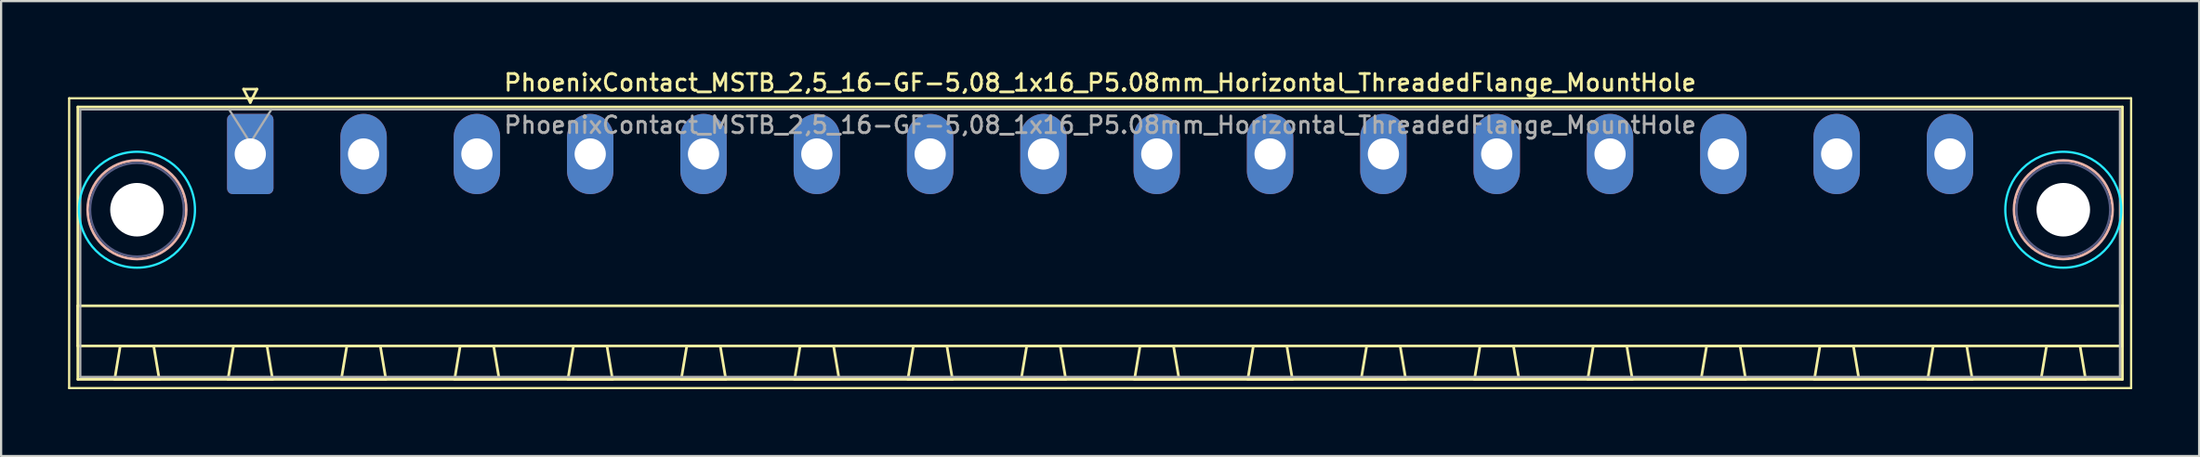
<source format=kicad_pcb>
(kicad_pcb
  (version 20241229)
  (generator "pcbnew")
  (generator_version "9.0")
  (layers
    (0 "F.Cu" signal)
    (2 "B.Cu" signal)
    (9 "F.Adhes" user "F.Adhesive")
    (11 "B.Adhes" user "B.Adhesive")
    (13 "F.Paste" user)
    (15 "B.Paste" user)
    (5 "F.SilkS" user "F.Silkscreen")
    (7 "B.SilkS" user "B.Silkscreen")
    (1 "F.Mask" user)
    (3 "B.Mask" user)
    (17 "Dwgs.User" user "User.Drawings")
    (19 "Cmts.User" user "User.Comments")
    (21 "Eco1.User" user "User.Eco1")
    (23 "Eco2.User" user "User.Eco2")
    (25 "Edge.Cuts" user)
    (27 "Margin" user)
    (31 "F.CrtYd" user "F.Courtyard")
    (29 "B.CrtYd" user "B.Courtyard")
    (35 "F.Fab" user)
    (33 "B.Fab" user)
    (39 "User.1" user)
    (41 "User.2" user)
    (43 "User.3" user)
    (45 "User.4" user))
  (footprint "PhoenixContact_MSTB_2,5_16-GF-5,08_1x16_P5.08mm_Horizontal_ThreadedFlange_MountHole"
    (layer "F.Cu")
    (at 8.17 3.858)
    (property "Reference" "PhoenixContact_MSTB_2,5_16-GF-5,08_1x16_P5.08mm_Horizontal_ThreadedFlange_MountHole" (at 38.1 -3.2 0) (layer "F.SilkS") (effects (font (size 0.75 0.75) (thickness 0.125))))
    (attr through_hole)
    (fp_line (start -8.12 -2.5) (end -8.12 10.5) (stroke (width 0.1) (type solid)) (layer "F.SilkS"))
    (fp_line (start -8.12 10.5) (end 84.32 10.5) (stroke (width 0.1) (type solid)) (layer "F.SilkS"))
    (fp_line (start -7.73 -2.11) (end -7.73 10.11) (stroke (width 0.12) (type solid)) (layer "F.SilkS"))
    (fp_line (start -7.73 6.81) (end 83.93 6.81) (stroke (width 0.12) (type solid)) (layer "F.SilkS"))
    (fp_line (start -7.73 8.61) (end -7.73 6.81) (stroke (width 0.12) (type solid)) (layer "F.SilkS"))
    (fp_line (start -7.73 10.11) (end 83.93 10.11) (stroke (width 0.12) (type solid)) (layer "F.SilkS"))
    (fp_line (start -6.08 10.11) (end -4.08 10.11) (stroke (width 0.12) (type solid)) (layer "F.SilkS"))
    (fp_line (start -5.83 8.61) (end -6.08 10.11) (stroke (width 0.12) (type solid)) (layer "F.SilkS"))
    (fp_line (start -4.33 8.61) (end -5.83 8.61) (stroke (width 0.12) (type solid)) (layer "F.SilkS"))
    (fp_line (start -4.08 10.11) (end -4.33 8.61) (stroke (width 0.12) (type solid)) (layer "F.SilkS"))
    (fp_line (start -1 10.11) (end 1 10.11) (stroke (width 0.12) (type solid)) (layer "F.SilkS"))
    (fp_line (start -0.75 8.61) (end -1 10.11) (stroke (width 0.12) (type solid)) (layer "F.SilkS"))
    (fp_line (start -0.3 -2.91) (end 0.3 -2.91) (stroke (width 0.12) (type solid)) (layer "F.SilkS"))
    (fp_line (start 0 -2.31) (end -0.3 -2.91) (stroke (width 0.12) (type solid)) (layer "F.SilkS"))
    (fp_line (start 0.3 -2.91) (end 0 -2.31) (stroke (width 0.12) (type solid)) (layer "F.SilkS"))
    (fp_line (start 0.75 8.61) (end -0.75 8.61) (stroke (width 0.12) (type solid)) (layer "F.SilkS"))
    (fp_line (start 1 10.11) (end 0.75 8.61) (stroke (width 0.12) (type solid)) (layer "F.SilkS"))
    (fp_line (start 4.08 10.11) (end 6.08 10.11) (stroke (width 0.12) (type solid)) (layer "F.SilkS"))
    (fp_line (start 4.33 8.61) (end 4.08 10.11) (stroke (width 0.12) (type solid)) (layer "F.SilkS"))
    (fp_line (start 5.83 8.61) (end 4.33 8.61) (stroke (width 0.12) (type solid)) (layer "F.SilkS"))
    (fp_line (start 6.08 10.11) (end 5.83 8.61) (stroke (width 0.12) (type solid)) (layer "F.SilkS"))
    (fp_line (start 9.16 10.11) (end 11.16 10.11) (stroke (width 0.12) (type solid)) (layer "F.SilkS"))
    (fp_line (start 9.41 8.61) (end 9.16 10.11) (stroke (width 0.12) (type solid)) (layer "F.SilkS"))
    (fp_line (start 10.91 8.61) (end 9.41 8.61) (stroke (width 0.12) (type solid)) (layer "F.SilkS"))
    (fp_line (start 11.16 10.11) (end 10.91 8.61) (stroke (width 0.12) (type solid)) (layer "F.SilkS"))
    (fp_line (start 14.24 10.11) (end 16.24 10.11) (stroke (width 0.12) (type solid)) (layer "F.SilkS"))
    (fp_line (start 14.49 8.61) (end 14.24 10.11) (stroke (width 0.12) (type solid)) (layer "F.SilkS"))
    (fp_line (start 15.99 8.61) (end 14.49 8.61) (stroke (width 0.12) (type solid)) (layer "F.SilkS"))
    (fp_line (start 16.24 10.11) (end 15.99 8.61) (stroke (width 0.12) (type solid)) (layer "F.SilkS"))
    (fp_line (start 19.32 10.11) (end 21.32 10.11) (stroke (width 0.12) (type solid)) (layer "F.SilkS"))
    (fp_line (start 19.57 8.61) (end 19.32 10.11) (stroke (width 0.12) (type solid)) (layer "F.SilkS"))
    (fp_line (start 21.07 8.61) (end 19.57 8.61) (stroke (width 0.12) (type solid)) (layer "F.SilkS"))
    (fp_line (start 21.32 10.11) (end 21.07 8.61) (stroke (width 0.12) (type solid)) (layer "F.SilkS"))
    (fp_line (start 24.4 10.11) (end 26.4 10.11) (stroke (width 0.12) (type solid)) (layer "F.SilkS"))
    (fp_line (start 24.65 8.61) (end 24.4 10.11) (stroke (width 0.12) (type solid)) (layer "F.SilkS"))
    (fp_line (start 26.15 8.61) (end 24.65 8.61) (stroke (width 0.12) (type solid)) (layer "F.SilkS"))
    (fp_line (start 26.4 10.11) (end 26.15 8.61) (stroke (width 0.12) (type solid)) (layer "F.SilkS"))
    (fp_line (start 29.48 10.11) (end 31.48 10.11) (stroke (width 0.12) (type solid)) (layer "F.SilkS"))
    (fp_line (start 29.73 8.61) (end 29.48 10.11) (stroke (width 0.12) (type solid)) (layer "F.SilkS"))
    (fp_line (start 31.23 8.61) (end 29.73 8.61) (stroke (width 0.12) (type solid)) (layer "F.SilkS"))
    (fp_line (start 31.48 10.11) (end 31.23 8.61) (stroke (width 0.12) (type solid)) (layer "F.SilkS"))
    (fp_line (start 34.56 10.11) (end 36.56 10.11) (stroke (width 0.12) (type solid)) (layer "F.SilkS"))
    (fp_line (start 34.81 8.61) (end 34.56 10.11) (stroke (width 0.12) (type solid)) (layer "F.SilkS"))
    (fp_line (start 36.31 8.61) (end 34.81 8.61) (stroke (width 0.12) (type solid)) (layer "F.SilkS"))
    (fp_line (start 36.56 10.11) (end 36.31 8.61) (stroke (width 0.12) (type solid)) (layer "F.SilkS"))
    (fp_line (start 39.64 10.11) (end 41.64 10.11) (stroke (width 0.12) (type solid)) (layer "F.SilkS"))
    (fp_line (start 39.89 8.61) (end 39.64 10.11) (stroke (width 0.12) (type solid)) (layer "F.SilkS"))
    (fp_line (start 41.39 8.61) (end 39.89 8.61) (stroke (width 0.12) (type solid)) (layer "F.SilkS"))
    (fp_line (start 41.64 10.11) (end 41.39 8.61) (stroke (width 0.12) (type solid)) (layer "F.SilkS"))
    (fp_line (start 44.72 10.11) (end 46.72 10.11) (stroke (width 0.12) (type solid)) (layer "F.SilkS"))
    (fp_line (start 44.97 8.61) (end 44.72 10.11) (stroke (width 0.12) (type solid)) (layer "F.SilkS"))
    (fp_line (start 46.47 8.61) (end 44.97 8.61) (stroke (width 0.12) (type solid)) (layer "F.SilkS"))
    (fp_line (start 46.72 10.11) (end 46.47 8.61) (stroke (width 0.12) (type solid)) (layer "F.SilkS"))
    (fp_line (start 49.8 10.11) (end 51.8 10.11) (stroke (width 0.12) (type solid)) (layer "F.SilkS"))
    (fp_line (start 50.05 8.61) (end 49.8 10.11) (stroke (width 0.12) (type solid)) (layer "F.SilkS"))
    (fp_line (start 51.55 8.61) (end 50.05 8.61) (stroke (width 0.12) (type solid)) (layer "F.SilkS"))
    (fp_line (start 51.8 10.11) (end 51.55 8.61) (stroke (width 0.12) (type solid)) (layer "F.SilkS"))
    (fp_line (start 54.88 10.11) (end 56.88 10.11) (stroke (width 0.12) (type solid)) (layer "F.SilkS"))
    (fp_line (start 55.13 8.61) (end 54.88 10.11) (stroke (width 0.12) (type solid)) (layer "F.SilkS"))
    (fp_line (start 56.63 8.61) (end 55.13 8.61) (stroke (width 0.12) (type solid)) (layer "F.SilkS"))
    (fp_line (start 56.88 10.11) (end 56.63 8.61) (stroke (width 0.12) (type solid)) (layer "F.SilkS"))
    (fp_line (start 59.96 10.11) (end 61.96 10.11) (stroke (width 0.12) (type solid)) (layer "F.SilkS"))
    (fp_line (start 60.21 8.61) (end 59.96 10.11) (stroke (width 0.12) (type solid)) (layer "F.SilkS"))
    (fp_line (start 61.71 8.61) (end 60.21 8.61) (stroke (width 0.12) (type solid)) (layer "F.SilkS"))
    (fp_line (start 61.96 10.11) (end 61.71 8.61) (stroke (width 0.12) (type solid)) (layer "F.SilkS"))
    (fp_line (start 65.04 10.11) (end 67.04 10.11) (stroke (width 0.12) (type solid)) (layer "F.SilkS"))
    (fp_line (start 65.29 8.61) (end 65.04 10.11) (stroke (width 0.12) (type solid)) (layer "F.SilkS"))
    (fp_line (start 66.79 8.61) (end 65.29 8.61) (stroke (width 0.12) (type solid)) (layer "F.SilkS"))
    (fp_line (start 67.04 10.11) (end 66.79 8.61) (stroke (width 0.12) (type solid)) (layer "F.SilkS"))
    (fp_line (start 70.12 10.11) (end 72.12 10.11) (stroke (width 0.12) (type solid)) (layer "F.SilkS"))
    (fp_line (start 70.37 8.61) (end 70.12 10.11) (stroke (width 0.12) (type solid)) (layer "F.SilkS"))
    (fp_line (start 71.87 8.61) (end 70.37 8.61) (stroke (width 0.12) (type solid)) (layer "F.SilkS"))
    (fp_line (start 72.12 10.11) (end 71.87 8.61) (stroke (width 0.12) (type solid)) (layer "F.SilkS"))
    (fp_line (start 75.2 10.11) (end 77.2 10.11) (stroke (width 0.12) (type solid)) (layer "F.SilkS"))
    (fp_line (start 75.45 8.61) (end 75.2 10.11) (stroke (width 0.12) (type solid)) (layer "F.SilkS"))
    (fp_line (start 76.95 8.61) (end 75.45 8.61) (stroke (width 0.12) (type solid)) (layer "F.SilkS"))
    (fp_line (start 77.2 10.11) (end 76.95 8.61) (stroke (width 0.12) (type solid)) (layer "F.SilkS"))
    (fp_line (start 80.28 10.11) (end 82.28 10.11) (stroke (width 0.12) (type solid)) (layer "F.SilkS"))
    (fp_line (start 80.53 8.61) (end 80.28 10.11) (stroke (width 0.12) (type solid)) (layer "F.SilkS"))
    (fp_line (start 82.03 8.61) (end 80.53 8.61) (stroke (width 0.12) (type solid)) (layer "F.SilkS"))
    (fp_line (start 82.28 10.11) (end 82.03 8.61) (stroke (width 0.12) (type solid)) (layer "F.SilkS"))
    (fp_line (start 83.93 -2.11) (end -7.73 -2.11) (stroke (width 0.12) (type solid)) (layer "F.SilkS"))
    (fp_line (start 83.93 6.81) (end 83.93 8.61) (stroke (width 0.12) (type solid)) (layer "F.SilkS"))
    (fp_line (start 83.93 8.61) (end -7.73 8.61) (stroke (width 0.12) (type solid)) (layer "F.SilkS"))
    (fp_line (start 83.93 10.11) (end 83.93 -2.11) (stroke (width 0.12) (type solid)) (layer "F.SilkS"))
    (fp_line (start 84.32 -2.5) (end -8.12 -2.5) (stroke (width 0.1) (type solid)) (layer "F.SilkS"))
    (fp_line (start 84.32 10.5) (end 84.32 -2.5) (stroke (width 0.1) (type solid)) (layer "F.SilkS"))
    (fp_circle (center -5.08 2.5) (end -2.87 2.5) (stroke (width 0.12) (type solid)) (fill no) (layer "B.SilkS"))
    (fp_circle (center 81.28 2.5) (end 83.49 2.5) (stroke (width 0.12) (type solid)) (fill no) (layer "B.SilkS"))
    (fp_circle (center -5.08 2.5) (end -2.48 2.5) (stroke (width 0.1) (type solid)) (fill no) (layer "B.CrtYd"))
    (fp_circle (center 81.28 2.5) (end 83.88 2.5) (stroke (width 0.1) (type solid)) (fill no) (layer "B.CrtYd"))
    (fp_circle (center -5.08 2.5) (end -2.98 2.5) (stroke (width 0.1) (type solid)) (fill no) (layer "B.Fab"))
    (fp_circle (center 81.28 2.5) (end 83.38 2.5) (stroke (width 0.1) (type solid)) (fill no) (layer "B.Fab"))
    (fp_line (start -7.62 -2) (end -7.62 10) (stroke (width 0.1) (type solid)) (layer "F.Fab"))
    (fp_line (start -7.62 10) (end 83.82 10) (stroke (width 0.1) (type solid)) (layer "F.Fab"))
    (fp_line (start 0 -0.5) (end -0.95 -2) (stroke (width 0.1) (type solid)) (layer "F.Fab"))
    (fp_line (start 0.95 -2) (end 0 -0.5) (stroke (width 0.1) (type solid)) (layer "F.Fab"))
    (fp_line (start 83.82 -2) (end -7.62 -2) (stroke (width 0.1) (type solid)) (layer "F.Fab"))
    (fp_line (start 83.82 10) (end 83.82 -2) (stroke (width 0.1) (type solid)) (layer "F.Fab"))
    (fp_text user "${REFERENCE}" (at 38.1 -1.3 0) (layer "F.Fab") (effects (font (size 0.75 0.75) (thickness 0.125))))
    (pad "" np_thru_hole circle (at -5.08 2.5) (size 2.4 2.4) (drill 2.4) (layers "*.Cu" "*.Mask"))
    (pad "" np_thru_hole circle (at 81.28 2.5) (size 2.4 2.4) (drill 2.4) (layers "*.Cu" "*.Mask"))
    (pad "1" thru_hole roundrect (at 0 0) (size 2.08 3.6) (drill 1.4) (layers "*.Cu" "*.Mask") (roundrect_rratio 0.12))
    (pad "2" thru_hole oval (at 5.08 0) (size 2.08 3.6) (drill 1.4) (layers "*.Cu" "*.Mask"))
    (pad "3" thru_hole oval (at 10.16 0) (size 2.08 3.6) (drill 1.4) (layers "*.Cu" "*.Mask"))
    (pad "4" thru_hole oval (at 15.24 0) (size 2.08 3.6) (drill 1.4) (layers "*.Cu" "*.Mask"))
    (pad "5" thru_hole oval (at 20.32 0) (size 2.08 3.6) (drill 1.4) (layers "*.Cu" "*.Mask"))
    (pad "6" thru_hole oval (at 25.4 0) (size 2.08 3.6) (drill 1.4) (layers "*.Cu" "*.Mask"))
    (pad "7" thru_hole oval (at 30.48 0) (size 2.08 3.6) (drill 1.4) (layers "*.Cu" "*.Mask"))
    (pad "8" thru_hole oval (at 35.56 0) (size 2.08 3.6) (drill 1.4) (layers "*.Cu" "*.Mask"))
    (pad "9" thru_hole oval (at 40.64 0) (size 2.08 3.6) (drill 1.4) (layers "*.Cu" "*.Mask"))
    (pad "10" thru_hole oval (at 45.72 0) (size 2.08 3.6) (drill 1.4) (layers "*.Cu" "*.Mask"))
    (pad "11" thru_hole oval (at 50.8 0) (size 2.08 3.6) (drill 1.4) (layers "*.Cu" "*.Mask"))
    (pad "12" thru_hole oval (at 55.88 0) (size 2.08 3.6) (drill 1.4) (layers "*.Cu" "*.Mask"))
    (pad "13" thru_hole oval (at 60.96 0) (size 2.08 3.6) (drill 1.4) (layers "*.Cu" "*.Mask"))
    (pad "14" thru_hole oval (at 66.04 0) (size 2.08 3.6) (drill 1.4) (layers "*.Cu" "*.Mask"))
    (pad "15" thru_hole oval (at 71.12 0) (size 2.08 3.6) (drill 1.4) (layers "*.Cu" "*.Mask"))
    (pad "16" thru_hole oval (at 76.2 0) (size 2.08 3.6) (drill 1.4) (layers "*.Cu" "*.Mask")))
  (gr_rect
    (start -3 -3)
    (end 95.54 17.408)
    (stroke (width 0.1) (type default))
    (fill no)
    (layer "Edge.Cuts")))
</source>
